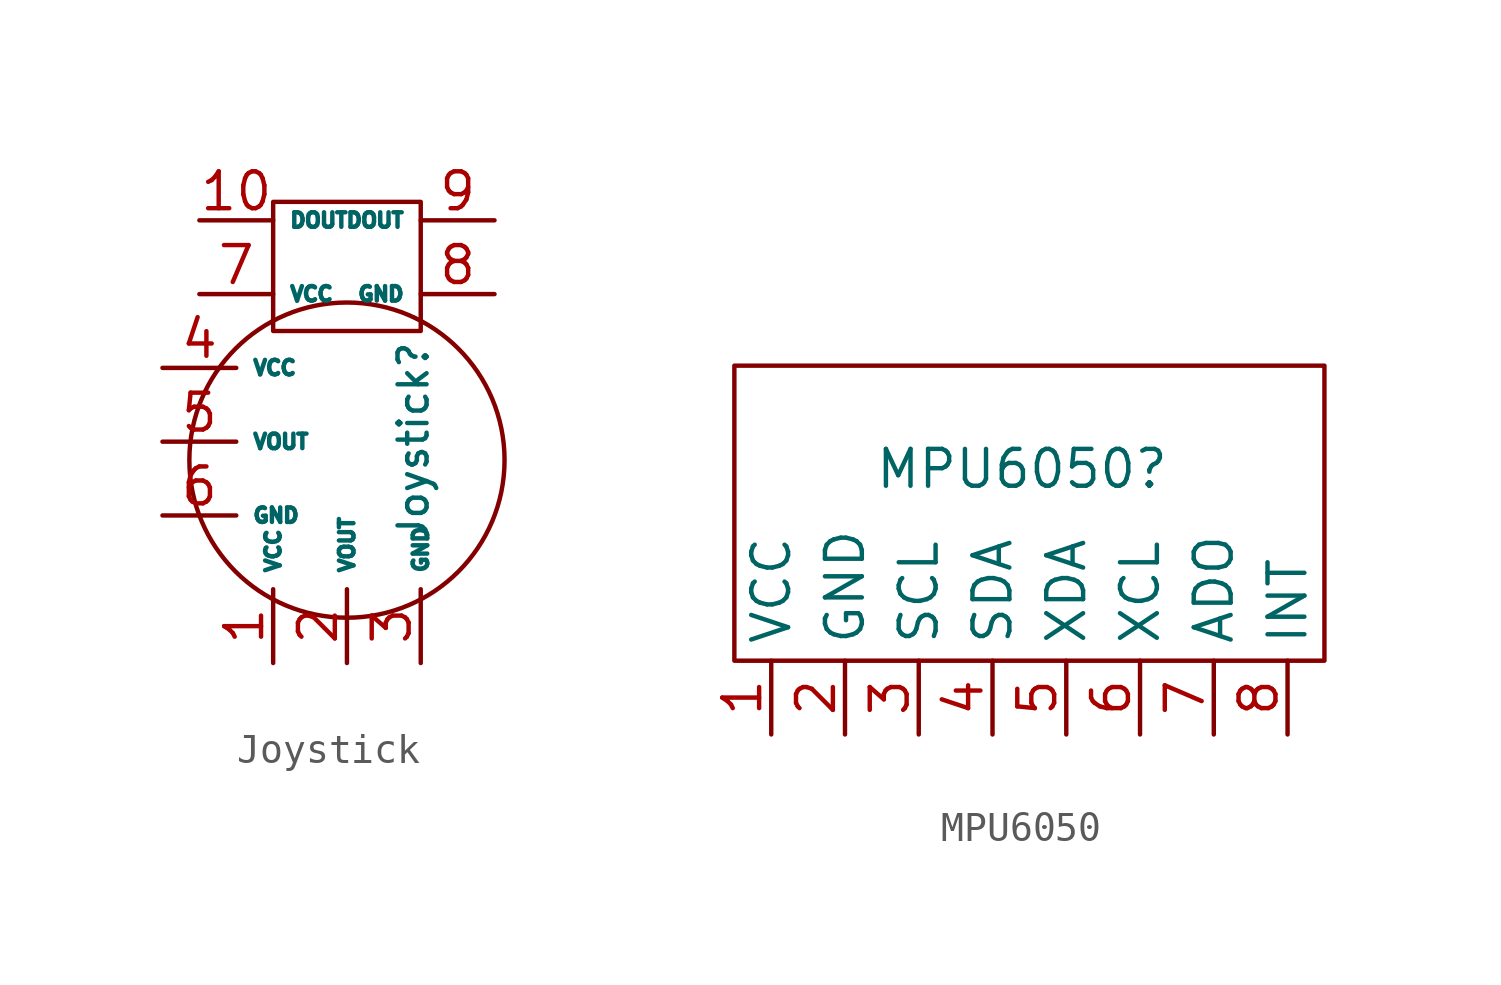
<source format=kicad_sym>
(kicad_symbol_lib
  (version 20231120)
  (generator "kicad_symbol_editor")
  (generator_version "8.0")
  (symbol "Joystick"
    (property "Reference" "Joystick"
      (at 2.286 -6.35 90)
      (effects (font (size 1 1))))
    (property "Value" ""
      (at 0 0 0)
      (effects (font (size 1.27 1.27))))
    (symbol "Joystick_0_1"
      (rectangle (start -2.54 1.905) (end 2.54 -2.54) (stroke (width 0) (type default)) (fill (type none)))
      (circle (center 0 -6.985) (radius 5.425) (stroke (width 0) (type default)) (fill (type none))))
    (symbol "Joystick_1_1"
      (pin passive line (at -2.54 -13.97 90) (length 2.54) (name "VCC" (effects (font (size 0.5 0.5)))) (number "1" (effects (font (size 1.27 1.27)))))
      (pin passive line (at -5.08 1.27 0) (length 2.54) (name "DOUT" (effects (font (size 0.5 0.5)))) (number "10" (effects (font (size 1.27 1.27)))))
      (pin passive line (at 0 -13.97 90) (length 2.54) (name "VOUT" (effects (font (size 0.5 0.5)))) (number "2" (effects (font (size 1.27 1.27)))))
      (pin passive line (at 2.54 -13.97 90) (length 2.54) (name "GND" (effects (font (size 0.5 0.5)))) (number "3" (effects (font (size 1.27 1.27)))))
      (pin passive line (at -6.35 -3.81 0) (length 2.54) (name "VCC" (effects (font (size 0.5 0.5)))) (number "4" (effects (font (size 1.27 1.27)))))
      (pin passive line (at -6.35 -6.35 0) (length 2.54) (name "VOUT" (effects (font (size 0.5 0.5)))) (number "5" (effects (font (size 1.27 1.27)))))
      (pin passive line (at -6.35 -8.89 0) (length 2.54) (name "GND" (effects (font (size 0.5 0.5)))) (number "6" (effects (font (size 1.27 1.27)))))
      (pin passive line (at -5.08 -1.27 0) (length 2.54) (name "VCC" (effects (font (size 0.5 0.5)))) (number "7" (effects (font (size 1.27 1.27)))))
      (pin passive line (at 5.08 -1.27 180) (length 2.54) (name "GND" (effects (font (size 0.5 0.5)))) (number "8" (effects (font (size 1.27 1.27)))))
      (pin passive line (at 5.08 1.27 180) (length 2.54) (name "DOUT" (effects (font (size 0.5 0.5)))) (number "9" (effects (font (size 1.27 1.27)))))))
  (symbol "MPU6050"
    (property "Reference" "MPU6050"
      (at 1.016 -9.906 0)
      (effects (font (size 1.27 1.27))))
    (property "Value" ""
      (at 0 0 0)
      (effects (font (size 1.27 1.27))))
    (symbol "MPU6050_0_1"
      (rectangle (start -8.89 -6.35) (end 11.43 -16.51) (stroke (width 0) (type default)) (fill (type none))))
    (symbol "MPU6050_1_1"
      (pin passive line (at -7.62 -19.05 90) (length 2.54) (name "VCC" (effects (font (size 1.27 1.27)))) (number "1" (effects (font (size 1.27 1.27)))))
      (pin passive line (at -5.08 -19.05 90) (length 2.54) (name "GND" (effects (font (size 1.27 1.27)))) (number "2" (effects (font (size 1.27 1.27)))))
      (pin passive line (at -2.54 -19.05 90) (length 2.54) (name "SCL" (effects (font (size 1.27 1.27)))) (number "3" (effects (font (size 1.27 1.27)))))
      (pin passive line (at 0 -19.05 90) (length 2.54) (name "SDA" (effects (font (size 1.27 1.27)))) (number "4" (effects (font (size 1.27 1.27)))))
      (pin passive line (at 2.54 -19.05 90) (length 2.54) (name "XDA" (effects (font (size 1.27 1.27)))) (number "5" (effects (font (size 1.27 1.27)))))
      (pin passive line (at 5.08 -19.05 90) (length 2.54) (name "XCL" (effects (font (size 1.27 1.27)))) (number "6" (effects (font (size 1.27 1.27)))))
      (pin passive line (at 7.62 -19.05 90) (length 2.54) (name "ADO" (effects (font (size 1.27 1.27)))) (number "7" (effects (font (size 1.27 1.27)))))
      (pin passive line (at 10.16 -19.05 90) (length 2.54) (name "INT" (effects (font (size 1.27 1.27)))) (number "8" (effects (font (size 1.27 1.27))))))))
</source>
